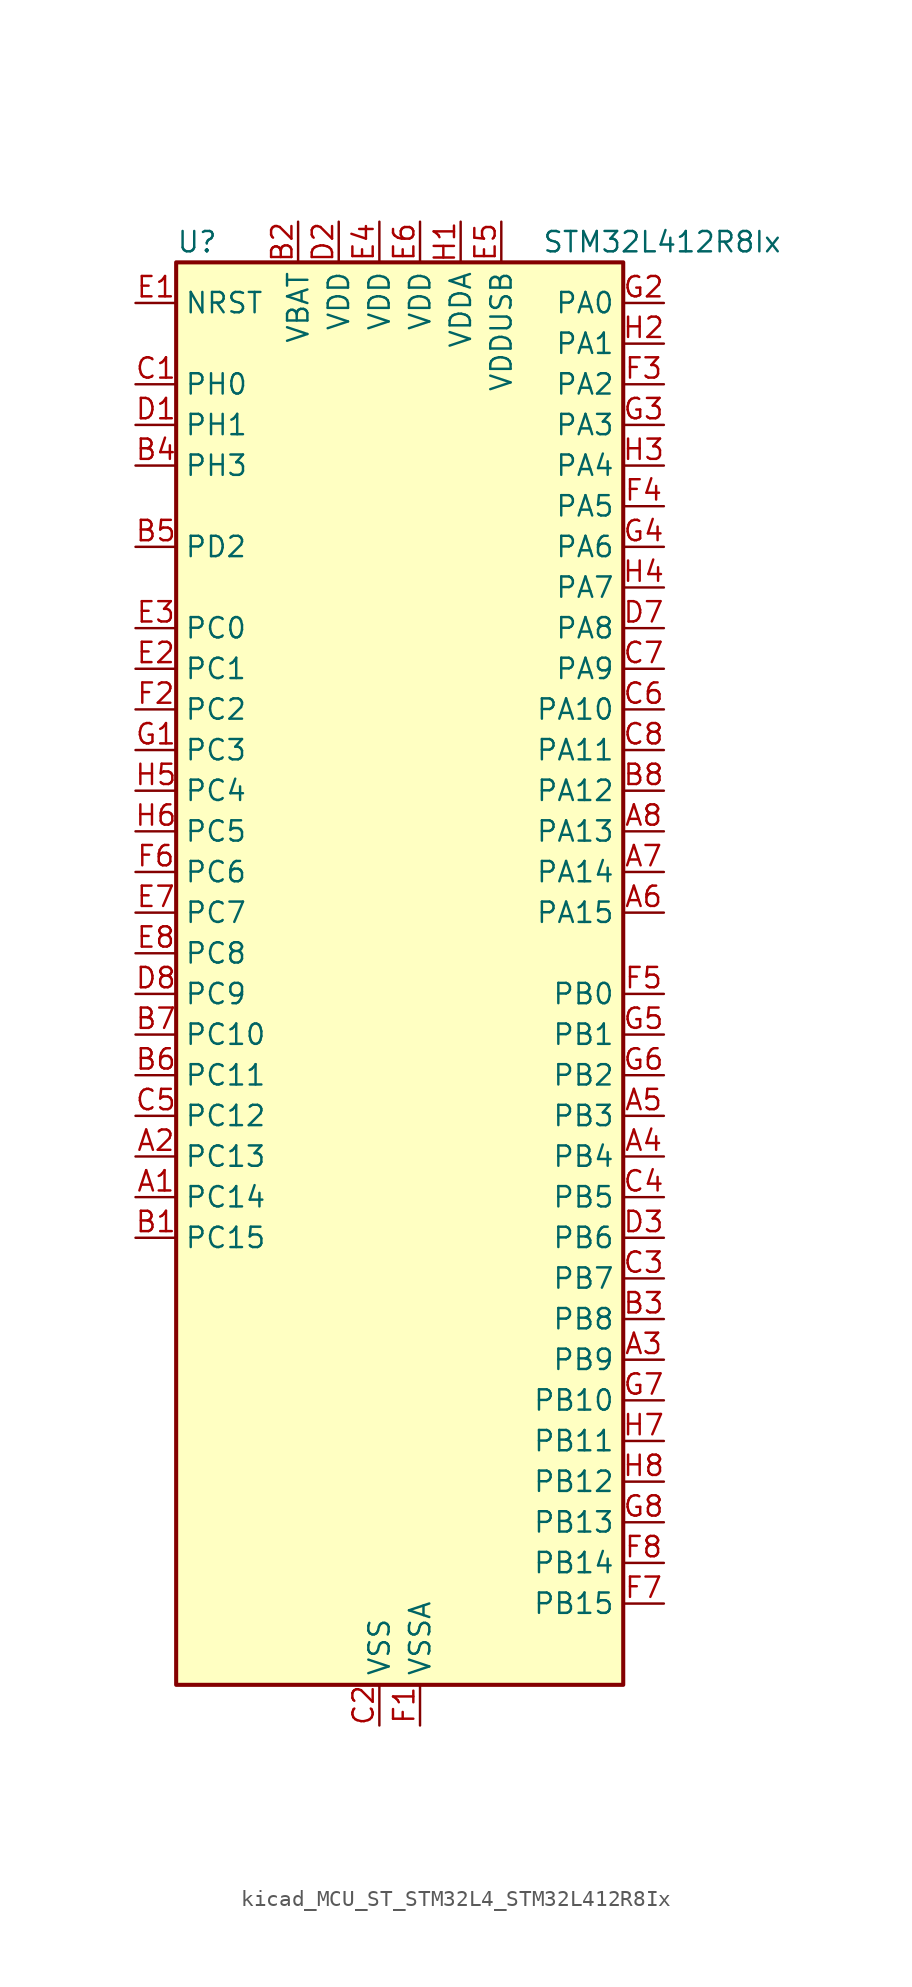
<source format=kicad_sym>
(kicad_symbol_lib
  (version 20220914)
  (generator kicad_symbol_editor)
  (symbol "kicad_MCU_ST_STM32L4_STM32L412R8Ix"
    (property "Reference" "U"
      (at -12.7 46.99 0)
      (effects (font (size 1.27 1.27)) (justify left)))
    (property "Value" "STM32L412R8Ix"
      (at 10.16 46.99 0)
      (effects (font (size 1.27 1.27)) (justify left)))
    (property "ki_locked" ""
      (at 0 0 0)
      (effects (font (size 1.27 1.27))))
    (symbol "kicad_MCU_ST_STM32L4_STM32L412R8Ix_0_1"
      (rectangle (start -12.7 -43.18) (end 15.24 45.72) (stroke (width 0.254) (type default)) (fill (type background))))
    (symbol "kicad_MCU_ST_STM32L4_STM32L412R8Ix_1_1"
      (pin bidirectional line (at -15.24 -12.7 0) (length 2.54) (name "PC14" (effects (font (size 1.27 1.27)))) (number "A1" (effects (font (size 1.27 1.27)))) (alternate "RCC_OSC32_IN" bidirectional line))
      (pin bidirectional line (at -15.24 -10.16 0) (length 2.54) (name "PC13" (effects (font (size 1.27 1.27)))) (number "A2" (effects (font (size 1.27 1.27)))) (alternate "RTC_OUT_ALARM" bidirectional line) (alternate "RTC_OUT_CALIB" bidirectional line) (alternate "RTC_TAMP1" bidirectional line) (alternate "RTC_TS" bidirectional line) (alternate "SYS_WKUP2" bidirectional line))
      (pin bidirectional line (at 17.78 -22.86 180) (length 2.54) (name "PB9" (effects (font (size 1.27 1.27)))) (number "A3" (effects (font (size 1.27 1.27)))) (alternate "I2C1_SDA" bidirectional line) (alternate "IR_OUT" bidirectional line) (alternate "SPI2_NSS" bidirectional line))
      (pin bidirectional line (at 17.78 -10.16 180) (length 2.54) (name "PB4" (effects (font (size 1.27 1.27)))) (number "A4" (effects (font (size 1.27 1.27)))) (alternate "I2C3_SDA" bidirectional line) (alternate "SPI1_MISO" bidirectional line) (alternate "SYS_JTRST" bidirectional line) (alternate "TSC_G2_IO1" bidirectional line) (alternate "USART1_CTS" bidirectional line))
      (pin bidirectional line (at 17.78 -7.62 180) (length 2.54) (name "PB3" (effects (font (size 1.27 1.27)))) (number "A5" (effects (font (size 1.27 1.27)))) (alternate "SPI1_SCK" bidirectional line) (alternate "SYS_JTDO-SWO" bidirectional line) (alternate "TIM2_CH2" bidirectional line) (alternate "USART1_DE" bidirectional line) (alternate "USART1_RTS" bidirectional line))
      (pin bidirectional line (at 17.78 5.08 180) (length 2.54) (name "PA15" (effects (font (size 1.27 1.27)))) (number "A6" (effects (font (size 1.27 1.27)))) (alternate "ADC1_EXTI15" bidirectional line) (alternate "ADC2_EXTI15" bidirectional line) (alternate "SPI1_NSS" bidirectional line) (alternate "SYS_JTDI" bidirectional line) (alternate "TIM2_CH1" bidirectional line) (alternate "TIM2_ETR" bidirectional line) (alternate "TSC_G3_IO1" bidirectional line) (alternate "USART2_RX" bidirectional line) (alternate "USART3_DE" bidirectional line) (alternate "USART3_RTS" bidirectional line))
      (pin bidirectional line (at 17.78 7.62 180) (length 2.54) (name "PA14" (effects (font (size 1.27 1.27)))) (number "A7" (effects (font (size 1.27 1.27)))) (alternate "I2C1_SMBA" bidirectional line) (alternate "LPTIM1_OUT" bidirectional line) (alternate "SYS_JTCK-SWCLK" bidirectional line))
      (pin bidirectional line (at 17.78 10.16 180) (length 2.54) (name "PA13" (effects (font (size 1.27 1.27)))) (number "A8" (effects (font (size 1.27 1.27)))) (alternate "IR_OUT" bidirectional line) (alternate "SYS_JTMS-SWDIO" bidirectional line) (alternate "USB_NOE" bidirectional line))
      (pin bidirectional line (at -15.24 -15.24 0) (length 2.54) (name "PC15" (effects (font (size 1.27 1.27)))) (number "B1" (effects (font (size 1.27 1.27)))) (alternate "ADC1_EXTI15" bidirectional line) (alternate "ADC2_EXTI15" bidirectional line) (alternate "RCC_OSC32_OUT" bidirectional line))
      (pin power_in line (at -5.08 48.26 270) (length 2.54) (name "VBAT" (effects (font (size 1.27 1.27)))) (number "B2" (effects (font (size 1.27 1.27)))))
      (pin bidirectional line (at 17.78 -20.32 180) (length 2.54) (name "PB8" (effects (font (size 1.27 1.27)))) (number "B3" (effects (font (size 1.27 1.27)))) (alternate "I2C1_SCL" bidirectional line) (alternate "TIM16_CH1" bidirectional line))
      (pin bidirectional line (at -15.24 33.02 0) (length 2.54) (name "PH3" (effects (font (size 1.27 1.27)))) (number "B4" (effects (font (size 1.27 1.27)))))
      (pin bidirectional line (at -15.24 27.94 0) (length 2.54) (name "PD2" (effects (font (size 1.27 1.27)))) (number "B5" (effects (font (size 1.27 1.27)))) (alternate "SYS_TRACED2" bidirectional line) (alternate "TSC_SYNC" bidirectional line) (alternate "USART3_DE" bidirectional line) (alternate "USART3_RTS" bidirectional line))
      (pin bidirectional line (at -15.24 -5.08 0) (length 2.54) (name "PC11" (effects (font (size 1.27 1.27)))) (number "B6" (effects (font (size 1.27 1.27)))) (alternate "ADC1_EXTI11" bidirectional line) (alternate "ADC2_EXTI11" bidirectional line) (alternate "TSC_G3_IO3" bidirectional line) (alternate "USART3_RX" bidirectional line))
      (pin bidirectional line (at -15.24 -2.54 0) (length 2.54) (name "PC10" (effects (font (size 1.27 1.27)))) (number "B7" (effects (font (size 1.27 1.27)))) (alternate "SYS_TRACED1" bidirectional line) (alternate "TSC_G3_IO2" bidirectional line) (alternate "USART3_TX" bidirectional line))
      (pin bidirectional line (at 17.78 12.7 180) (length 2.54) (name "PA12" (effects (font (size 1.27 1.27)))) (number "B8" (effects (font (size 1.27 1.27)))) (alternate "SPI1_MOSI" bidirectional line) (alternate "TIM1_ETR" bidirectional line) (alternate "USART1_DE" bidirectional line) (alternate "USART1_RTS" bidirectional line) (alternate "USB_DP" bidirectional line))
      (pin bidirectional line (at -15.24 38.1 0) (length 2.54) (name "PH0" (effects (font (size 1.27 1.27)))) (number "C1" (effects (font (size 1.27 1.27)))) (alternate "RCC_OSC_IN" bidirectional line))
      (pin power_in line (at 0 -45.72 90) (length 2.54) (name "VSS" (effects (font (size 1.27 1.27)))) (number "C2" (effects (font (size 1.27 1.27)))))
      (pin bidirectional line (at 17.78 -17.78 180) (length 2.54) (name "PB7" (effects (font (size 1.27 1.27)))) (number "C3" (effects (font (size 1.27 1.27)))) (alternate "I2C1_SDA" bidirectional line) (alternate "LPTIM1_IN2" bidirectional line) (alternate "SYS_PVD_IN" bidirectional line) (alternate "SYS_TRACECLK" bidirectional line) (alternate "TSC_G2_IO4" bidirectional line) (alternate "USART1_RX" bidirectional line))
      (pin bidirectional line (at 17.78 -12.7 180) (length 2.54) (name "PB5" (effects (font (size 1.27 1.27)))) (number "C4" (effects (font (size 1.27 1.27)))) (alternate "I2C1_SMBA" bidirectional line) (alternate "LPTIM1_IN1" bidirectional line) (alternate "SPI1_MOSI" bidirectional line) (alternate "SYS_TRACED2" bidirectional line) (alternate "TIM16_BKIN" bidirectional line) (alternate "TSC_G2_IO2" bidirectional line) (alternate "USART1_CK" bidirectional line))
      (pin bidirectional line (at -15.24 -7.62 0) (length 2.54) (name "PC12" (effects (font (size 1.27 1.27)))) (number "C5" (effects (font (size 1.27 1.27)))) (alternate "SYS_TRACED3" bidirectional line) (alternate "TSC_G3_IO4" bidirectional line) (alternate "USART3_CK" bidirectional line))
      (pin bidirectional line (at 17.78 17.78 180) (length 2.54) (name "PA10" (effects (font (size 1.27 1.27)))) (number "C6" (effects (font (size 1.27 1.27)))) (alternate "CRS_SYNC" bidirectional line) (alternate "I2C1_SDA" bidirectional line) (alternate "TIM1_CH3" bidirectional line) (alternate "USART1_RX" bidirectional line))
      (pin bidirectional line (at 17.78 20.32 180) (length 2.54) (name "PA9" (effects (font (size 1.27 1.27)))) (number "C7" (effects (font (size 1.27 1.27)))) (alternate "I2C1_SCL" bidirectional line) (alternate "TIM15_BKIN" bidirectional line) (alternate "TIM1_CH2" bidirectional line) (alternate "USART1_TX" bidirectional line))
      (pin bidirectional line (at 17.78 15.24 180) (length 2.54) (name "PA11" (effects (font (size 1.27 1.27)))) (number "C8" (effects (font (size 1.27 1.27)))) (alternate "ADC1_EXTI11" bidirectional line) (alternate "ADC2_EXTI11" bidirectional line) (alternate "COMP1_OUT" bidirectional line) (alternate "SPI1_MISO" bidirectional line) (alternate "TIM1_BKIN2" bidirectional line) (alternate "TIM1_BKIN2_COMP1" bidirectional line) (alternate "TIM1_CH4" bidirectional line) (alternate "USART1_CTS" bidirectional line) (alternate "USB_DM" bidirectional line))
      (pin bidirectional line (at -15.24 35.56 0) (length 2.54) (name "PH1" (effects (font (size 1.27 1.27)))) (number "D1" (effects (font (size 1.27 1.27)))) (alternate "RCC_OSC_OUT" bidirectional line))
      (pin power_in line (at -2.54 48.26 270) (length 2.54) (name "VDD" (effects (font (size 1.27 1.27)))) (number "D2" (effects (font (size 1.27 1.27)))))
      (pin bidirectional line (at 17.78 -15.24 180) (length 2.54) (name "PB6" (effects (font (size 1.27 1.27)))) (number "D3" (effects (font (size 1.27 1.27)))) (alternate "I2C1_SCL" bidirectional line) (alternate "LPTIM1_ETR" bidirectional line) (alternate "SYS_TRACED3" bidirectional line) (alternate "TIM16_CH1N" bidirectional line) (alternate "TSC_G2_IO3" bidirectional line) (alternate "USART1_TX" bidirectional line))
      (pin passive line (at 0 -45.72 90) (length 2.54) hide (name "VSS" (effects (font (size 1.27 1.27)))) (number "D4" (effects (font (size 1.27 1.27)))))
      (pin passive line (at 0 -45.72 90) (length 2.54) hide (name "VSS" (effects (font (size 1.27 1.27)))) (number "D5" (effects (font (size 1.27 1.27)))))
      (pin passive line (at 0 -45.72 90) (length 2.54) hide (name "VSS" (effects (font (size 1.27 1.27)))) (number "D6" (effects (font (size 1.27 1.27)))))
      (pin bidirectional line (at 17.78 22.86 180) (length 2.54) (name "PA8" (effects (font (size 1.27 1.27)))) (number "D7" (effects (font (size 1.27 1.27)))) (alternate "LPTIM2_OUT" bidirectional line) (alternate "RCC_MCO" bidirectional line) (alternate "TIM1_CH1" bidirectional line) (alternate "USART1_CK" bidirectional line))
      (pin bidirectional line (at -15.24 0 0) (length 2.54) (name "PC9" (effects (font (size 1.27 1.27)))) (number "D8" (effects (font (size 1.27 1.27)))) (alternate "TSC_G4_IO4" bidirectional line) (alternate "USB_NOE" bidirectional line))
      (pin input line (at -15.24 43.18 0) (length 2.54) (name "NRST" (effects (font (size 1.27 1.27)))) (number "E1" (effects (font (size 1.27 1.27)))))
      (pin bidirectional line (at -15.24 20.32 0) (length 2.54) (name "PC1" (effects (font (size 1.27 1.27)))) (number "E2" (effects (font (size 1.27 1.27)))) (alternate "ADC1_IN2" bidirectional line) (alternate "ADC2_IN2" bidirectional line) (alternate "I2C3_SDA" bidirectional line) (alternate "LPTIM1_OUT" bidirectional line) (alternate "LPUART1_TX" bidirectional line) (alternate "SYS_TRACED0" bidirectional line))
      (pin bidirectional line (at -15.24 22.86 0) (length 2.54) (name "PC0" (effects (font (size 1.27 1.27)))) (number "E3" (effects (font (size 1.27 1.27)))) (alternate "ADC1_IN1" bidirectional line) (alternate "ADC2_IN1" bidirectional line) (alternate "I2C3_SCL" bidirectional line) (alternate "LPTIM1_IN1" bidirectional line) (alternate "LPTIM2_IN1" bidirectional line) (alternate "LPUART1_RX" bidirectional line) (alternate "SYS_TRACECLK" bidirectional line))
      (pin power_in line (at 0 48.26 270) (length 2.54) (name "VDD" (effects (font (size 1.27 1.27)))) (number "E4" (effects (font (size 1.27 1.27)))))
      (pin power_in line (at 7.62 48.26 270) (length 2.54) (name "VDDUSB" (effects (font (size 1.27 1.27)))) (number "E5" (effects (font (size 1.27 1.27)))))
      (pin power_in line (at 2.54 48.26 270) (length 2.54) (name "VDD" (effects (font (size 1.27 1.27)))) (number "E6" (effects (font (size 1.27 1.27)))))
      (pin bidirectional line (at -15.24 5.08 0) (length 2.54) (name "PC7" (effects (font (size 1.27 1.27)))) (number "E7" (effects (font (size 1.27 1.27)))) (alternate "TSC_G4_IO2" bidirectional line))
      (pin bidirectional line (at -15.24 2.54 0) (length 2.54) (name "PC8" (effects (font (size 1.27 1.27)))) (number "E8" (effects (font (size 1.27 1.27)))) (alternate "TSC_G4_IO3" bidirectional line))
      (pin power_in line (at 2.54 -45.72 90) (length 2.54) (name "VSSA" (effects (font (size 1.27 1.27)))) (number "F1" (effects (font (size 1.27 1.27)))))
      (pin bidirectional line (at -15.24 17.78 0) (length 2.54) (name "PC2" (effects (font (size 1.27 1.27)))) (number "F2" (effects (font (size 1.27 1.27)))) (alternate "ADC1_IN3" bidirectional line) (alternate "ADC2_IN3" bidirectional line) (alternate "LPTIM1_IN2" bidirectional line) (alternate "SPI2_MISO" bidirectional line))
      (pin bidirectional line (at 17.78 38.1 180) (length 2.54) (name "PA2" (effects (font (size 1.27 1.27)))) (number "F3" (effects (font (size 1.27 1.27)))) (alternate "ADC1_IN7" bidirectional line) (alternate "ADC2_IN7" bidirectional line) (alternate "LPUART1_TX" bidirectional line) (alternate "QUADSPI_BK1_NCS" bidirectional line) (alternate "RCC_LSCO" bidirectional line) (alternate "SYS_WKUP4" bidirectional line) (alternate "TIM15_CH1" bidirectional line) (alternate "TIM2_CH3" bidirectional line) (alternate "USART2_TX" bidirectional line))
      (pin bidirectional line (at 17.78 30.48 180) (length 2.54) (name "PA5" (effects (font (size 1.27 1.27)))) (number "F4" (effects (font (size 1.27 1.27)))) (alternate "ADC1_IN10" bidirectional line) (alternate "ADC2_IN10" bidirectional line) (alternate "COMP1_INM" bidirectional line) (alternate "LPTIM2_ETR" bidirectional line) (alternate "SPI1_SCK" bidirectional line) (alternate "TIM2_CH1" bidirectional line) (alternate "TIM2_ETR" bidirectional line))
      (pin bidirectional line (at 17.78 0 180) (length 2.54) (name "PB0" (effects (font (size 1.27 1.27)))) (number "F5" (effects (font (size 1.27 1.27)))) (alternate "ADC1_IN15" bidirectional line) (alternate "ADC2_IN15" bidirectional line) (alternate "COMP1_OUT" bidirectional line) (alternate "QUADSPI_BK1_IO1" bidirectional line) (alternate "SPI1_NSS" bidirectional line) (alternate "SYS_TRACED0" bidirectional line) (alternate "TIM1_CH2N" bidirectional line) (alternate "USART3_CK" bidirectional line))
      (pin bidirectional line (at -15.24 7.62 0) (length 2.54) (name "PC6" (effects (font (size 1.27 1.27)))) (number "F6" (effects (font (size 1.27 1.27)))) (alternate "TSC_G4_IO1" bidirectional line))
      (pin bidirectional line (at 17.78 -38.1 180) (length 2.54) (name "PB15" (effects (font (size 1.27 1.27)))) (number "F7" (effects (font (size 1.27 1.27)))) (alternate "ADC1_EXTI15" bidirectional line) (alternate "ADC2_EXTI15" bidirectional line) (alternate "RTC_REFIN" bidirectional line) (alternate "SPI2_MOSI" bidirectional line) (alternate "TIM15_CH2" bidirectional line) (alternate "TIM1_CH3N" bidirectional line) (alternate "TSC_G1_IO4" bidirectional line))
      (pin bidirectional line (at 17.78 -35.56 180) (length 2.54) (name "PB14" (effects (font (size 1.27 1.27)))) (number "F8" (effects (font (size 1.27 1.27)))) (alternate "I2C2_SDA" bidirectional line) (alternate "SPI2_MISO" bidirectional line) (alternate "TIM15_CH1" bidirectional line) (alternate "TIM1_CH2N" bidirectional line) (alternate "TSC_G1_IO3" bidirectional line) (alternate "USART3_DE" bidirectional line) (alternate "USART3_RTS" bidirectional line))
      (pin bidirectional line (at -15.24 15.24 0) (length 2.54) (name "PC3" (effects (font (size 1.27 1.27)))) (number "G1" (effects (font (size 1.27 1.27)))) (alternate "ADC1_IN4" bidirectional line) (alternate "ADC2_IN4" bidirectional line) (alternate "LPTIM1_ETR" bidirectional line) (alternate "LPTIM2_ETR" bidirectional line) (alternate "SPI2_MOSI" bidirectional line))
      (pin bidirectional line (at 17.78 43.18 180) (length 2.54) (name "PA0" (effects (font (size 1.27 1.27)))) (number "G2" (effects (font (size 1.27 1.27)))) (alternate "ADC1_IN5" bidirectional line) (alternate "COMP1_INM" bidirectional line) (alternate "COMP1_OUT" bidirectional line) (alternate "OPAMP1_VINP" bidirectional line) (alternate "RTC_TAMP2" bidirectional line) (alternate "SYS_WKUP1" bidirectional line) (alternate "TIM2_CH1" bidirectional line) (alternate "TIM2_ETR" bidirectional line) (alternate "USART2_CTS" bidirectional line))
      (pin bidirectional line (at 17.78 35.56 180) (length 2.54) (name "PA3" (effects (font (size 1.27 1.27)))) (number "G3" (effects (font (size 1.27 1.27)))) (alternate "ADC1_IN8" bidirectional line) (alternate "ADC2_IN8" bidirectional line) (alternate "LPUART1_RX" bidirectional line) (alternate "OPAMP1_VOUT" bidirectional line) (alternate "QUADSPI_CLK" bidirectional line) (alternate "TIM15_CH2" bidirectional line) (alternate "TIM2_CH4" bidirectional line) (alternate "USART2_RX" bidirectional line))
      (pin bidirectional line (at 17.78 27.94 180) (length 2.54) (name "PA6" (effects (font (size 1.27 1.27)))) (number "G4" (effects (font (size 1.27 1.27)))) (alternate "ADC1_IN11" bidirectional line) (alternate "ADC2_IN11" bidirectional line) (alternate "COMP1_OUT" bidirectional line) (alternate "LPUART1_CTS" bidirectional line) (alternate "QUADSPI_BK1_IO3" bidirectional line) (alternate "SPI1_MISO" bidirectional line) (alternate "TIM16_CH1" bidirectional line) (alternate "TIM1_BKIN" bidirectional line) (alternate "USART3_CTS" bidirectional line))
      (pin bidirectional line (at 17.78 -2.54 180) (length 2.54) (name "PB1" (effects (font (size 1.27 1.27)))) (number "G5" (effects (font (size 1.27 1.27)))) (alternate "ADC1_IN16" bidirectional line) (alternate "ADC2_IN16" bidirectional line) (alternate "COMP1_INM" bidirectional line) (alternate "LPTIM2_IN1" bidirectional line) (alternate "LPUART1_DE" bidirectional line) (alternate "LPUART1_RTS" bidirectional line) (alternate "QUADSPI_BK1_IO0" bidirectional line) (alternate "SYS_TRACED1" bidirectional line) (alternate "TIM1_CH3N" bidirectional line) (alternate "USART3_DE" bidirectional line) (alternate "USART3_RTS" bidirectional line))
      (pin bidirectional line (at 17.78 -5.08 180) (length 2.54) (name "PB2" (effects (font (size 1.27 1.27)))) (number "G6" (effects (font (size 1.27 1.27)))) (alternate "COMP1_INP" bidirectional line) (alternate "I2C3_SMBA" bidirectional line) (alternate "LPTIM1_OUT" bidirectional line) (alternate "RTC_OUT_ALARM" bidirectional line) (alternate "RTC_OUT_CALIB" bidirectional line))
      (pin bidirectional line (at 17.78 -25.4 180) (length 2.54) (name "PB10" (effects (font (size 1.27 1.27)))) (number "G7" (effects (font (size 1.27 1.27)))) (alternate "COMP1_OUT" bidirectional line) (alternate "I2C2_SCL" bidirectional line) (alternate "LPUART1_RX" bidirectional line) (alternate "QUADSPI_CLK" bidirectional line) (alternate "SPI2_SCK" bidirectional line) (alternate "TIM2_CH3" bidirectional line) (alternate "TSC_SYNC" bidirectional line) (alternate "USART3_TX" bidirectional line))
      (pin bidirectional line (at 17.78 -33.02 180) (length 2.54) (name "PB13" (effects (font (size 1.27 1.27)))) (number "G8" (effects (font (size 1.27 1.27)))) (alternate "I2C2_SCL" bidirectional line) (alternate "LPUART1_CTS" bidirectional line) (alternate "SPI2_SCK" bidirectional line) (alternate "TIM15_CH1N" bidirectional line) (alternate "TIM1_CH1N" bidirectional line) (alternate "TSC_G1_IO2" bidirectional line) (alternate "USART3_CTS" bidirectional line))
      (pin power_in line (at 5.08 48.26 270) (length 2.54) (name "VDDA" (effects (font (size 1.27 1.27)))) (number "H1" (effects (font (size 1.27 1.27)))))
      (pin bidirectional line (at 17.78 40.64 180) (length 2.54) (name "PA1" (effects (font (size 1.27 1.27)))) (number "H2" (effects (font (size 1.27 1.27)))) (alternate "ADC1_IN6" bidirectional line) (alternate "COMP1_INP" bidirectional line) (alternate "I2C1_SMBA" bidirectional line) (alternate "OPAMP1_VINM" bidirectional line) (alternate "SPI1_SCK" bidirectional line) (alternate "TIM15_CH1N" bidirectional line) (alternate "TIM2_CH2" bidirectional line) (alternate "USART2_DE" bidirectional line) (alternate "USART2_RTS" bidirectional line))
      (pin bidirectional line (at 17.78 33.02 180) (length 2.54) (name "PA4" (effects (font (size 1.27 1.27)))) (number "H3" (effects (font (size 1.27 1.27)))) (alternate "ADC1_IN9" bidirectional line) (alternate "ADC2_IN9" bidirectional line) (alternate "COMP1_INM" bidirectional line) (alternate "LPTIM2_OUT" bidirectional line) (alternate "SPI1_NSS" bidirectional line) (alternate "USART2_CK" bidirectional line))
      (pin bidirectional line (at 17.78 25.4 180) (length 2.54) (name "PA7" (effects (font (size 1.27 1.27)))) (number "H4" (effects (font (size 1.27 1.27)))) (alternate "ADC1_IN12" bidirectional line) (alternate "ADC2_IN12" bidirectional line) (alternate "I2C3_SCL" bidirectional line) (alternate "QUADSPI_BK1_IO2" bidirectional line) (alternate "SPI1_MOSI" bidirectional line) (alternate "TIM1_CH1N" bidirectional line))
      (pin bidirectional line (at -15.24 12.7 0) (length 2.54) (name "PC4" (effects (font (size 1.27 1.27)))) (number "H5" (effects (font (size 1.27 1.27)))) (alternate "ADC1_IN13" bidirectional line) (alternate "ADC2_IN13" bidirectional line) (alternate "COMP1_INM" bidirectional line) (alternate "USART3_TX" bidirectional line))
      (pin bidirectional line (at -15.24 10.16 0) (length 2.54) (name "PC5" (effects (font (size 1.27 1.27)))) (number "H6" (effects (font (size 1.27 1.27)))) (alternate "ADC1_IN14" bidirectional line) (alternate "ADC2_IN14" bidirectional line) (alternate "COMP1_INP" bidirectional line) (alternate "SYS_WKUP5" bidirectional line) (alternate "USART3_RX" bidirectional line))
      (pin bidirectional line (at 17.78 -27.94 180) (length 2.54) (name "PB11" (effects (font (size 1.27 1.27)))) (number "H7" (effects (font (size 1.27 1.27)))) (alternate "ADC1_EXTI11" bidirectional line) (alternate "ADC2_EXTI11" bidirectional line) (alternate "I2C2_SDA" bidirectional line) (alternate "LPUART1_TX" bidirectional line) (alternate "QUADSPI_BK1_NCS" bidirectional line) (alternate "TIM2_CH4" bidirectional line) (alternate "USART3_RX" bidirectional line))
      (pin bidirectional line (at 17.78 -30.48 180) (length 2.54) (name "PB12" (effects (font (size 1.27 1.27)))) (number "H8" (effects (font (size 1.27 1.27)))) (alternate "I2C2_SMBA" bidirectional line) (alternate "LPUART1_DE" bidirectional line) (alternate "LPUART1_RTS" bidirectional line) (alternate "SPI2_NSS" bidirectional line) (alternate "TIM15_BKIN" bidirectional line) (alternate "TIM1_BKIN" bidirectional line) (alternate "TSC_G1_IO1" bidirectional line) (alternate "USART3_CK" bidirectional line)))))
</source>
